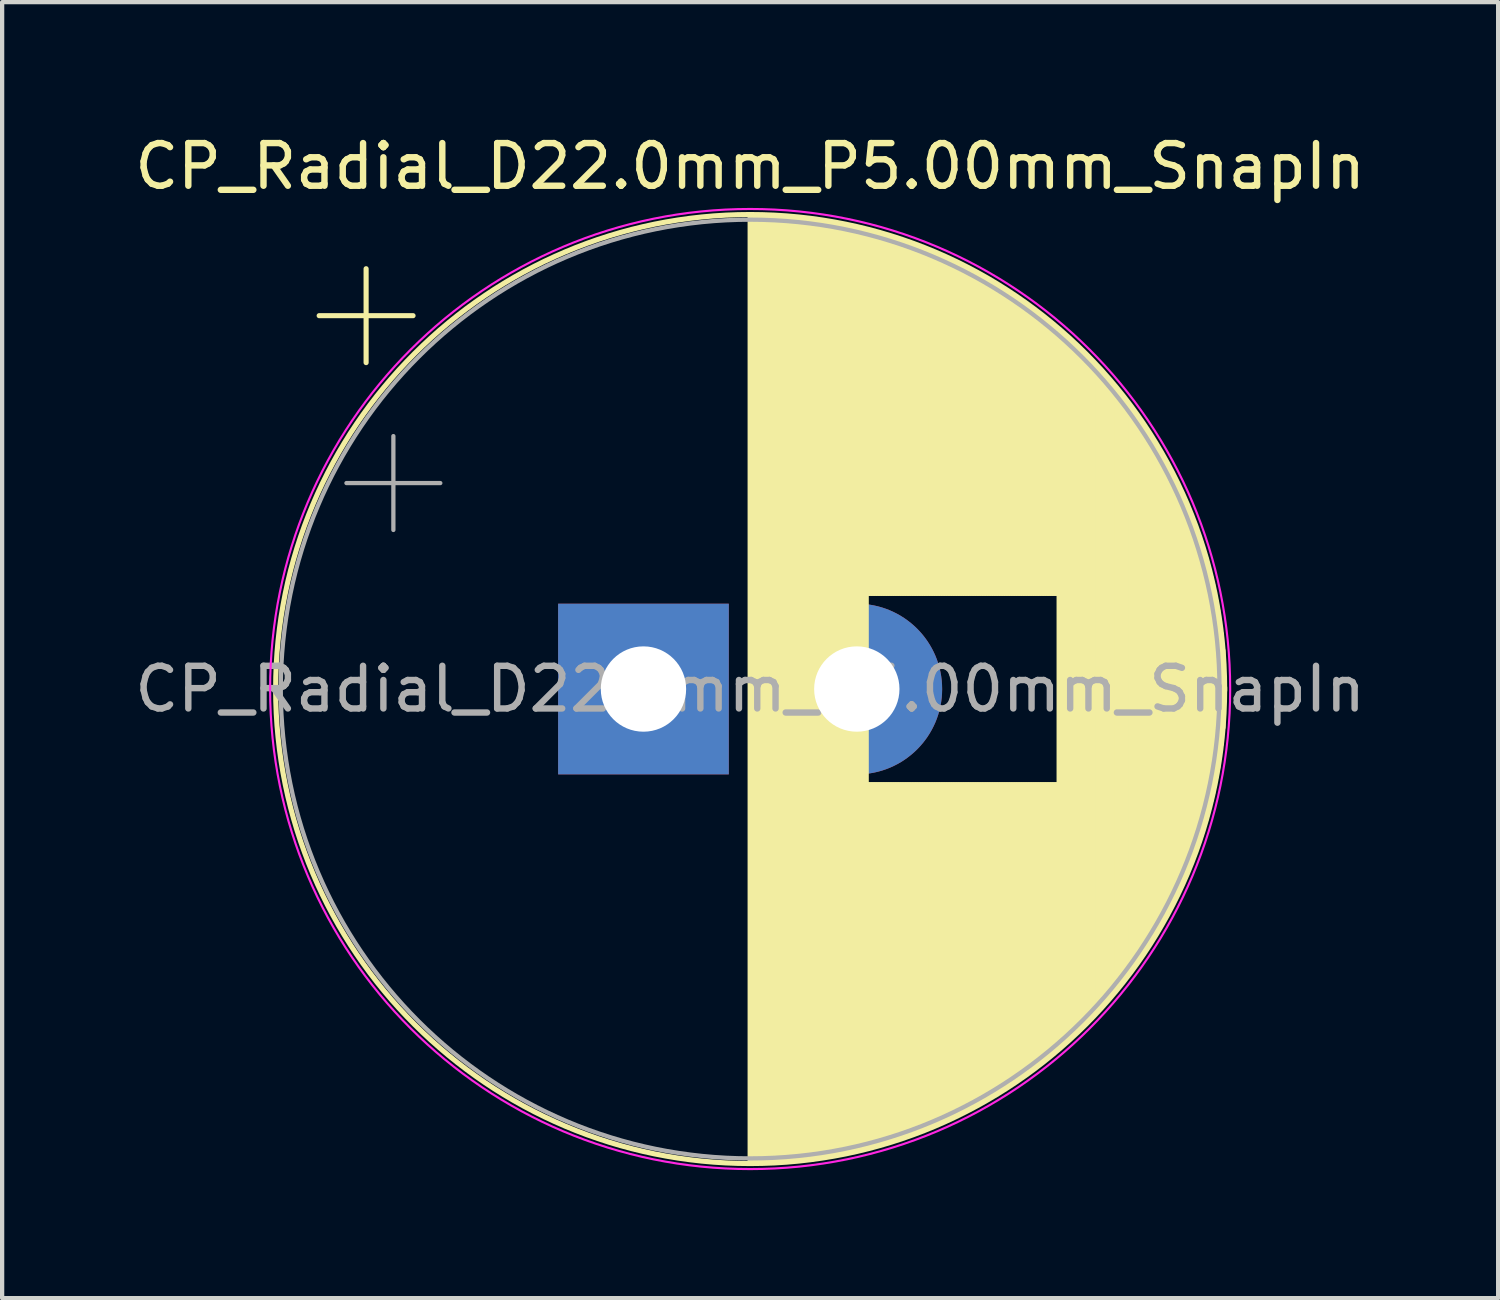
<source format=kicad_pcb>
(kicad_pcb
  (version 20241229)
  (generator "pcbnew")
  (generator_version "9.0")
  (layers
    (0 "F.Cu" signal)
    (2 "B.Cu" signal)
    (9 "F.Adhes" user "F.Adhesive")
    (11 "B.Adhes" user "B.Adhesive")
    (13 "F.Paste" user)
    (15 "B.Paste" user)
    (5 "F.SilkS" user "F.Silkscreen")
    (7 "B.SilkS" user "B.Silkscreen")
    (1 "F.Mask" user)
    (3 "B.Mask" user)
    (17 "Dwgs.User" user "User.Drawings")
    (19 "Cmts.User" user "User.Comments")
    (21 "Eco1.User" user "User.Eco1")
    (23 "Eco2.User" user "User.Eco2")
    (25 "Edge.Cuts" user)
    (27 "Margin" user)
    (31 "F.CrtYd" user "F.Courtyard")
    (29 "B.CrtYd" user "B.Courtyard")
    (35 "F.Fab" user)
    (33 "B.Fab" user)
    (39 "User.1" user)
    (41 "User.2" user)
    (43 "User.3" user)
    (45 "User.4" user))
  (footprint "CP_Radial_D22.0mm_P5.00mm_SnapIn"
    (layer "F.Cu")
    (at 9.53 13.098)
    (property "Reference" "CP_Radial_D22.0mm_P5.00mm_SnapIn" (at 5 -12.25 0) (layer "F.SilkS") (effects (font (size 1 1) (thickness 0.15))))
    (attr through_hole)
    (fp_line (start -5.1 -8.75) (end -2.9 -8.75) (stroke (width 0.12) (type solid)) (layer "F.SilkS"))
    (fp_line (start -4 -9.85) (end -4 -7.65) (stroke (width 0.12) (type solid)) (layer "F.SilkS"))
    (fp_line (start 5 -11.081) (end 5 11.081) (stroke (width 0.12) (type solid)) (layer "F.SilkS"))
    (fp_line (start 5.04 -11.08) (end 5.04 11.08) (stroke (width 0.12) (type solid)) (layer "F.SilkS"))
    (fp_line (start 5.08 -11.08) (end 5.08 11.08) (stroke (width 0.12) (type solid)) (layer "F.SilkS"))
    (fp_line (start 5.12 -11.08) (end 5.12 11.08) (stroke (width 0.12) (type solid)) (layer "F.SilkS"))
    (fp_line (start 5.16 -11.079) (end 5.16 11.079) (stroke (width 0.12) (type solid)) (layer "F.SilkS"))
    (fp_line (start 5.2 -11.079) (end 5.2 11.079) (stroke (width 0.12) (type solid)) (layer "F.SilkS"))
    (fp_line (start 5.24 -11.078) (end 5.24 11.078) (stroke (width 0.12) (type solid)) (layer "F.SilkS"))
    (fp_line (start 5.28 -11.077) (end 5.28 11.077) (stroke (width 0.12) (type solid)) (layer "F.SilkS"))
    (fp_line (start 5.32 -11.076) (end 5.32 11.076) (stroke (width 0.12) (type solid)) (layer "F.SilkS"))
    (fp_line (start 5.36 -11.075) (end 5.36 11.075) (stroke (width 0.12) (type solid)) (layer "F.SilkS"))
    (fp_line (start 5.4 -11.073) (end 5.4 11.073) (stroke (width 0.12) (type solid)) (layer "F.SilkS"))
    (fp_line (start 5.44 -11.072) (end 5.44 11.072) (stroke (width 0.12) (type solid)) (layer "F.SilkS"))
    (fp_line (start 5.48 -11.07) (end 5.48 11.07) (stroke (width 0.12) (type solid)) (layer "F.SilkS"))
    (fp_line (start 5.52 -11.068) (end 5.52 11.068) (stroke (width 0.12) (type solid)) (layer "F.SilkS"))
    (fp_line (start 5.56 -11.066) (end 5.56 11.066) (stroke (width 0.12) (type solid)) (layer "F.SilkS"))
    (fp_line (start 5.6 -11.064) (end 5.6 11.064) (stroke (width 0.12) (type solid)) (layer "F.SilkS"))
    (fp_line (start 5.64 -11.062) (end 5.64 11.062) (stroke (width 0.12) (type solid)) (layer "F.SilkS"))
    (fp_line (start 5.68 -11.06) (end 5.68 11.06) (stroke (width 0.12) (type solid)) (layer "F.SilkS"))
    (fp_line (start 5.721 -11.057) (end 5.721 11.057) (stroke (width 0.12) (type solid)) (layer "F.SilkS"))
    (fp_line (start 5.761 -11.054) (end 5.761 11.054) (stroke (width 0.12) (type solid)) (layer "F.SilkS"))
    (fp_line (start 5.801 -11.052) (end 5.801 11.052) (stroke (width 0.12) (type solid)) (layer "F.SilkS"))
    (fp_line (start 5.841 -11.049) (end 5.841 11.049) (stroke (width 0.12) (type solid)) (layer "F.SilkS"))
    (fp_line (start 5.881 -11.046) (end 5.881 11.046) (stroke (width 0.12) (type solid)) (layer "F.SilkS"))
    (fp_line (start 5.921 -11.042) (end 5.921 11.042) (stroke (width 0.12) (type solid)) (layer "F.SilkS"))
    (fp_line (start 5.961 -11.039) (end 5.961 11.039) (stroke (width 0.12) (type solid)) (layer "F.SilkS"))
    (fp_line (start 6.001 -11.035) (end 6.001 11.035) (stroke (width 0.12) (type solid)) (layer "F.SilkS"))
    (fp_line (start 6.041 -11.032) (end 6.041 11.032) (stroke (width 0.12) (type solid)) (layer "F.SilkS"))
    (fp_line (start 6.081 -11.028) (end 6.081 11.028) (stroke (width 0.12) (type solid)) (layer "F.SilkS"))
    (fp_line (start 6.121 -11.024) (end 6.121 11.024) (stroke (width 0.12) (type solid)) (layer "F.SilkS"))
    (fp_line (start 6.161 -11.02) (end 6.161 11.02) (stroke (width 0.12) (type solid)) (layer "F.SilkS"))
    (fp_line (start 6.201 -11.016) (end 6.201 11.016) (stroke (width 0.12) (type solid)) (layer "F.SilkS"))
    (fp_line (start 6.241 -11.011) (end 6.241 11.011) (stroke (width 0.12) (type solid)) (layer "F.SilkS"))
    (fp_line (start 6.281 -11.007) (end 6.281 11.007) (stroke (width 0.12) (type solid)) (layer "F.SilkS"))
    (fp_line (start 6.321 -11.002) (end 6.321 11.002) (stroke (width 0.12) (type solid)) (layer "F.SilkS"))
    (fp_line (start 6.361 -10.997) (end 6.361 10.997) (stroke (width 0.12) (type solid)) (layer "F.SilkS"))
    (fp_line (start 6.401 -10.992) (end 6.401 10.992) (stroke (width 0.12) (type solid)) (layer "F.SilkS"))
    (fp_line (start 6.441 -10.987) (end 6.441 10.987) (stroke (width 0.12) (type solid)) (layer "F.SilkS"))
    (fp_line (start 6.481 -10.982) (end 6.481 10.982) (stroke (width 0.12) (type solid)) (layer "F.SilkS"))
    (fp_line (start 6.521 -10.976) (end 6.521 10.976) (stroke (width 0.12) (type solid)) (layer "F.SilkS"))
    (fp_line (start 6.561 -10.971) (end 6.561 10.971) (stroke (width 0.12) (type solid)) (layer "F.SilkS"))
    (fp_line (start 6.601 -10.965) (end 6.601 10.965) (stroke (width 0.12) (type solid)) (layer "F.SilkS"))
    (fp_line (start 6.641 -10.959) (end 6.641 10.959) (stroke (width 0.12) (type solid)) (layer "F.SilkS"))
    (fp_line (start 6.681 -10.953) (end 6.681 10.953) (stroke (width 0.12) (type solid)) (layer "F.SilkS"))
    (fp_line (start 6.721 -10.947) (end 6.721 10.947) (stroke (width 0.12) (type solid)) (layer "F.SilkS"))
    (fp_line (start 6.761 -10.94) (end 6.761 10.94) (stroke (width 0.12) (type solid)) (layer "F.SilkS"))
    (fp_line (start 6.801 -10.934) (end 6.801 10.934) (stroke (width 0.12) (type solid)) (layer "F.SilkS"))
    (fp_line (start 6.841 -10.927) (end 6.841 10.927) (stroke (width 0.12) (type solid)) (layer "F.SilkS"))
    (fp_line (start 6.881 -10.92) (end 6.881 10.92) (stroke (width 0.12) (type solid)) (layer "F.SilkS"))
    (fp_line (start 6.921 -10.913) (end 6.921 10.913) (stroke (width 0.12) (type solid)) (layer "F.SilkS"))
    (fp_line (start 6.961 -10.906) (end 6.961 10.906) (stroke (width 0.12) (type solid)) (layer "F.SilkS"))
    (fp_line (start 7.001 -10.899) (end 7.001 10.899) (stroke (width 0.12) (type solid)) (layer "F.SilkS"))
    (fp_line (start 7.041 -10.892) (end 7.041 10.892) (stroke (width 0.12) (type solid)) (layer "F.SilkS"))
    (fp_line (start 7.081 -10.884) (end 7.081 10.884) (stroke (width 0.12) (type solid)) (layer "F.SilkS"))
    (fp_line (start 7.121 -10.877) (end 7.121 10.877) (stroke (width 0.12) (type solid)) (layer "F.SilkS"))
    (fp_line (start 7.161 -10.869) (end 7.161 10.869) (stroke (width 0.12) (type solid)) (layer "F.SilkS"))
    (fp_line (start 7.201 -10.861) (end 7.201 10.861) (stroke (width 0.12) (type solid)) (layer "F.SilkS"))
    (fp_line (start 7.241 -10.853) (end 7.241 10.853) (stroke (width 0.12) (type solid)) (layer "F.SilkS"))
    (fp_line (start 7.281 -10.844) (end 7.281 10.844) (stroke (width 0.12) (type solid)) (layer "F.SilkS"))
    (fp_line (start 7.321 -10.836) (end 7.321 10.836) (stroke (width 0.12) (type solid)) (layer "F.SilkS"))
    (fp_line (start 7.361 -10.827) (end 7.361 10.827) (stroke (width 0.12) (type solid)) (layer "F.SilkS"))
    (fp_line (start 7.401 -10.818) (end 7.401 10.818) (stroke (width 0.12) (type solid)) (layer "F.SilkS"))
    (fp_line (start 7.441 -10.809) (end 7.441 10.809) (stroke (width 0.12) (type solid)) (layer "F.SilkS"))
    (fp_line (start 7.481 -10.8) (end 7.481 10.8) (stroke (width 0.12) (type solid)) (layer "F.SilkS"))
    (fp_line (start 7.521 -10.791) (end 7.521 10.791) (stroke (width 0.12) (type solid)) (layer "F.SilkS"))
    (fp_line (start 7.561 -10.782) (end 7.561 10.782) (stroke (width 0.12) (type solid)) (layer "F.SilkS"))
    (fp_line (start 7.601 -10.772) (end 7.601 10.772) (stroke (width 0.12) (type solid)) (layer "F.SilkS"))
    (fp_line (start 7.641 -10.763) (end 7.641 10.763) (stroke (width 0.12) (type solid)) (layer "F.SilkS"))
    (fp_line (start 7.681 -10.753) (end 7.681 10.753) (stroke (width 0.12) (type solid)) (layer "F.SilkS"))
    (fp_line (start 7.721 -10.743) (end 7.721 10.743) (stroke (width 0.12) (type solid)) (layer "F.SilkS"))
    (fp_line (start 7.761 -10.733) (end 7.761 -2.24) (stroke (width 0.12) (type solid)) (layer "F.SilkS"))
    (fp_line (start 7.761 2.24) (end 7.761 10.733) (stroke (width 0.12) (type solid)) (layer "F.SilkS"))
    (fp_line (start 7.801 -10.722) (end 7.801 -2.24) (stroke (width 0.12) (type solid)) (layer "F.SilkS"))
    (fp_line (start 7.801 2.24) (end 7.801 10.722) (stroke (width 0.12) (type solid)) (layer "F.SilkS"))
    (fp_line (start 7.841 -10.712) (end 7.841 -2.24) (stroke (width 0.12) (type solid)) (layer "F.SilkS"))
    (fp_line (start 7.841 2.24) (end 7.841 10.712) (stroke (width 0.12) (type solid)) (layer "F.SilkS"))
    (fp_line (start 7.881 -10.701) (end 7.881 -2.24) (stroke (width 0.12) (type solid)) (layer "F.SilkS"))
    (fp_line (start 7.881 2.24) (end 7.881 10.701) (stroke (width 0.12) (type solid)) (layer "F.SilkS"))
    (fp_line (start 7.921 -10.69) (end 7.921 -2.24) (stroke (width 0.12) (type solid)) (layer "F.SilkS"))
    (fp_line (start 7.921 2.24) (end 7.921 10.69) (stroke (width 0.12) (type solid)) (layer "F.SilkS"))
    (fp_line (start 7.961 -10.679) (end 7.961 -2.24) (stroke (width 0.12) (type solid)) (layer "F.SilkS"))
    (fp_line (start 7.961 2.24) (end 7.961 10.679) (stroke (width 0.12) (type solid)) (layer "F.SilkS"))
    (fp_line (start 8.001 -10.668) (end 8.001 -2.24) (stroke (width 0.12) (type solid)) (layer "F.SilkS"))
    (fp_line (start 8.001 2.24) (end 8.001 10.668) (stroke (width 0.12) (type solid)) (layer "F.SilkS"))
    (fp_line (start 8.041 -10.657) (end 8.041 -2.24) (stroke (width 0.12) (type solid)) (layer "F.SilkS"))
    (fp_line (start 8.041 2.24) (end 8.041 10.657) (stroke (width 0.12) (type solid)) (layer "F.SilkS"))
    (fp_line (start 8.081 -10.645) (end 8.081 -2.24) (stroke (width 0.12) (type solid)) (layer "F.SilkS"))
    (fp_line (start 8.081 2.24) (end 8.081 10.645) (stroke (width 0.12) (type solid)) (layer "F.SilkS"))
    (fp_line (start 8.121 -10.634) (end 8.121 -2.24) (stroke (width 0.12) (type solid)) (layer "F.SilkS"))
    (fp_line (start 8.121 2.24) (end 8.121 10.634) (stroke (width 0.12) (type solid)) (layer "F.SilkS"))
    (fp_line (start 8.161 -10.622) (end 8.161 -2.24) (stroke (width 0.12) (type solid)) (layer "F.SilkS"))
    (fp_line (start 8.161 2.24) (end 8.161 10.622) (stroke (width 0.12) (type solid)) (layer "F.SilkS"))
    (fp_line (start 8.201 -10.61) (end 8.201 -2.24) (stroke (width 0.12) (type solid)) (layer "F.SilkS"))
    (fp_line (start 8.201 2.24) (end 8.201 10.61) (stroke (width 0.12) (type solid)) (layer "F.SilkS"))
    (fp_line (start 8.241 -10.598) (end 8.241 -2.24) (stroke (width 0.12) (type solid)) (layer "F.SilkS"))
    (fp_line (start 8.241 2.24) (end 8.241 10.598) (stroke (width 0.12) (type solid)) (layer "F.SilkS"))
    (fp_line (start 8.281 -10.586) (end 8.281 -2.24) (stroke (width 0.12) (type solid)) (layer "F.SilkS"))
    (fp_line (start 8.281 2.24) (end 8.281 10.586) (stroke (width 0.12) (type solid)) (layer "F.SilkS"))
    (fp_line (start 8.321 -10.573) (end 8.321 -2.24) (stroke (width 0.12) (type solid)) (layer "F.SilkS"))
    (fp_line (start 8.321 2.24) (end 8.321 10.573) (stroke (width 0.12) (type solid)) (layer "F.SilkS"))
    (fp_line (start 8.361 -10.561) (end 8.361 -2.24) (stroke (width 0.12) (type solid)) (layer "F.SilkS"))
    (fp_line (start 8.361 2.24) (end 8.361 10.561) (stroke (width 0.12) (type solid)) (layer "F.SilkS"))
    (fp_line (start 8.401 -10.548) (end 8.401 -2.24) (stroke (width 0.12) (type solid)) (layer "F.SilkS"))
    (fp_line (start 8.401 2.24) (end 8.401 10.548) (stroke (width 0.12) (type solid)) (layer "F.SilkS"))
    (fp_line (start 8.441 -10.535) (end 8.441 -2.24) (stroke (width 0.12) (type solid)) (layer "F.SilkS"))
    (fp_line (start 8.441 2.24) (end 8.441 10.535) (stroke (width 0.12) (type solid)) (layer "F.SilkS"))
    (fp_line (start 8.481 -10.522) (end 8.481 -2.24) (stroke (width 0.12) (type solid)) (layer "F.SilkS"))
    (fp_line (start 8.481 2.24) (end 8.481 10.522) (stroke (width 0.12) (type solid)) (layer "F.SilkS"))
    (fp_line (start 8.521 -10.509) (end 8.521 -2.24) (stroke (width 0.12) (type solid)) (layer "F.SilkS"))
    (fp_line (start 8.521 2.24) (end 8.521 10.509) (stroke (width 0.12) (type solid)) (layer "F.SilkS"))
    (fp_line (start 8.561 -10.495) (end 8.561 -2.24) (stroke (width 0.12) (type solid)) (layer "F.SilkS"))
    (fp_line (start 8.561 2.24) (end 8.561 10.495) (stroke (width 0.12) (type solid)) (layer "F.SilkS"))
    (fp_line (start 8.601 -10.482) (end 8.601 -2.24) (stroke (width 0.12) (type solid)) (layer "F.SilkS"))
    (fp_line (start 8.601 2.24) (end 8.601 10.482) (stroke (width 0.12) (type solid)) (layer "F.SilkS"))
    (fp_line (start 8.641 -10.468) (end 8.641 -2.24) (stroke (width 0.12) (type solid)) (layer "F.SilkS"))
    (fp_line (start 8.641 2.24) (end 8.641 10.468) (stroke (width 0.12) (type solid)) (layer "F.SilkS"))
    (fp_line (start 8.681 -10.454) (end 8.681 -2.24) (stroke (width 0.12) (type solid)) (layer "F.SilkS"))
    (fp_line (start 8.681 2.24) (end 8.681 10.454) (stroke (width 0.12) (type solid)) (layer "F.SilkS"))
    (fp_line (start 8.721 -10.44) (end 8.721 -2.24) (stroke (width 0.12) (type solid)) (layer "F.SilkS"))
    (fp_line (start 8.721 2.24) (end 8.721 10.44) (stroke (width 0.12) (type solid)) (layer "F.SilkS"))
    (fp_line (start 8.761 -10.426) (end 8.761 -2.24) (stroke (width 0.12) (type solid)) (layer "F.SilkS"))
    (fp_line (start 8.761 2.24) (end 8.761 10.426) (stroke (width 0.12) (type solid)) (layer "F.SilkS"))
    (fp_line (start 8.801 -10.411) (end 8.801 -2.24) (stroke (width 0.12) (type solid)) (layer "F.SilkS"))
    (fp_line (start 8.801 2.24) (end 8.801 10.411) (stroke (width 0.12) (type solid)) (layer "F.SilkS"))
    (fp_line (start 8.841 -10.396) (end 8.841 -2.24) (stroke (width 0.12) (type solid)) (layer "F.SilkS"))
    (fp_line (start 8.841 2.24) (end 8.841 10.396) (stroke (width 0.12) (type solid)) (layer "F.SilkS"))
    (fp_line (start 8.881 -10.382) (end 8.881 -2.24) (stroke (width 0.12) (type solid)) (layer "F.SilkS"))
    (fp_line (start 8.881 2.24) (end 8.881 10.382) (stroke (width 0.12) (type solid)) (layer "F.SilkS"))
    (fp_line (start 8.921 -10.367) (end 8.921 -2.24) (stroke (width 0.12) (type solid)) (layer "F.SilkS"))
    (fp_line (start 8.921 2.24) (end 8.921 10.367) (stroke (width 0.12) (type solid)) (layer "F.SilkS"))
    (fp_line (start 8.961 -10.351) (end 8.961 -2.24) (stroke (width 0.12) (type solid)) (layer "F.SilkS"))
    (fp_line (start 8.961 2.24) (end 8.961 10.351) (stroke (width 0.12) (type solid)) (layer "F.SilkS"))
    (fp_line (start 9.001 -10.336) (end 9.001 -2.24) (stroke (width 0.12) (type solid)) (layer "F.SilkS"))
    (fp_line (start 9.001 2.24) (end 9.001 10.336) (stroke (width 0.12) (type solid)) (layer "F.SilkS"))
    (fp_line (start 9.041 -10.321) (end 9.041 -2.24) (stroke (width 0.12) (type solid)) (layer "F.SilkS"))
    (fp_line (start 9.041 2.24) (end 9.041 10.321) (stroke (width 0.12) (type solid)) (layer "F.SilkS"))
    (fp_line (start 9.081 -10.305) (end 9.081 -2.24) (stroke (width 0.12) (type solid)) (layer "F.SilkS"))
    (fp_line (start 9.081 2.24) (end 9.081 10.305) (stroke (width 0.12) (type solid)) (layer "F.SilkS"))
    (fp_line (start 9.121 -10.289) (end 9.121 -2.24) (stroke (width 0.12) (type solid)) (layer "F.SilkS"))
    (fp_line (start 9.121 2.24) (end 9.121 10.289) (stroke (width 0.12) (type solid)) (layer "F.SilkS"))
    (fp_line (start 9.161 -10.273) (end 9.161 -2.24) (stroke (width 0.12) (type solid)) (layer "F.SilkS"))
    (fp_line (start 9.161 2.24) (end 9.161 10.273) (stroke (width 0.12) (type solid)) (layer "F.SilkS"))
    (fp_line (start 9.201 -10.257) (end 9.201 -2.24) (stroke (width 0.12) (type solid)) (layer "F.SilkS"))
    (fp_line (start 9.201 2.24) (end 9.201 10.257) (stroke (width 0.12) (type solid)) (layer "F.SilkS"))
    (fp_line (start 9.241 -10.24) (end 9.241 -2.24) (stroke (width 0.12) (type solid)) (layer "F.SilkS"))
    (fp_line (start 9.241 2.24) (end 9.241 10.24) (stroke (width 0.12) (type solid)) (layer "F.SilkS"))
    (fp_line (start 9.281 -10.224) (end 9.281 -2.24) (stroke (width 0.12) (type solid)) (layer "F.SilkS"))
    (fp_line (start 9.281 2.24) (end 9.281 10.224) (stroke (width 0.12) (type solid)) (layer "F.SilkS"))
    (fp_line (start 9.321 -10.207) (end 9.321 -2.24) (stroke (width 0.12) (type solid)) (layer "F.SilkS"))
    (fp_line (start 9.321 2.24) (end 9.321 10.207) (stroke (width 0.12) (type solid)) (layer "F.SilkS"))
    (fp_line (start 9.361 -10.19) (end 9.361 -2.24) (stroke (width 0.12) (type solid)) (layer "F.SilkS"))
    (fp_line (start 9.361 2.24) (end 9.361 10.19) (stroke (width 0.12) (type solid)) (layer "F.SilkS"))
    (fp_line (start 9.401 -10.173) (end 9.401 -2.24) (stroke (width 0.12) (type solid)) (layer "F.SilkS"))
    (fp_line (start 9.401 2.24) (end 9.401 10.173) (stroke (width 0.12) (type solid)) (layer "F.SilkS"))
    (fp_line (start 9.441 -10.156) (end 9.441 -2.24) (stroke (width 0.12) (type solid)) (layer "F.SilkS"))
    (fp_line (start 9.441 2.24) (end 9.441 10.156) (stroke (width 0.12) (type solid)) (layer "F.SilkS"))
    (fp_line (start 9.481 -10.138) (end 9.481 -2.24) (stroke (width 0.12) (type solid)) (layer "F.SilkS"))
    (fp_line (start 9.481 2.24) (end 9.481 10.138) (stroke (width 0.12) (type solid)) (layer "F.SilkS"))
    (fp_line (start 9.521 -10.12) (end 9.521 -2.24) (stroke (width 0.12) (type solid)) (layer "F.SilkS"))
    (fp_line (start 9.521 2.24) (end 9.521 10.12) (stroke (width 0.12) (type solid)) (layer "F.SilkS"))
    (fp_line (start 9.561 -10.103) (end 9.561 -2.24) (stroke (width 0.12) (type solid)) (layer "F.SilkS"))
    (fp_line (start 9.561 2.24) (end 9.561 10.103) (stroke (width 0.12) (type solid)) (layer "F.SilkS"))
    (fp_line (start 9.601 -10.084) (end 9.601 -2.24) (stroke (width 0.12) (type solid)) (layer "F.SilkS"))
    (fp_line (start 9.601 2.24) (end 9.601 10.084) (stroke (width 0.12) (type solid)) (layer "F.SilkS"))
    (fp_line (start 9.641 -10.066) (end 9.641 -2.24) (stroke (width 0.12) (type solid)) (layer "F.SilkS"))
    (fp_line (start 9.641 2.24) (end 9.641 10.066) (stroke (width 0.12) (type solid)) (layer "F.SilkS"))
    (fp_line (start 9.681 -10.048) (end 9.681 -2.24) (stroke (width 0.12) (type solid)) (layer "F.SilkS"))
    (fp_line (start 9.681 2.24) (end 9.681 10.048) (stroke (width 0.12) (type solid)) (layer "F.SilkS"))
    (fp_line (start 9.721 -10.029) (end 9.721 -2.24) (stroke (width 0.12) (type solid)) (layer "F.SilkS"))
    (fp_line (start 9.721 2.24) (end 9.721 10.029) (stroke (width 0.12) (type solid)) (layer "F.SilkS"))
    (fp_line (start 9.761 -10.01) (end 9.761 -2.24) (stroke (width 0.12) (type solid)) (layer "F.SilkS"))
    (fp_line (start 9.761 2.24) (end 9.761 10.01) (stroke (width 0.12) (type solid)) (layer "F.SilkS"))
    (fp_line (start 9.801 -9.991) (end 9.801 -2.24) (stroke (width 0.12) (type solid)) (layer "F.SilkS"))
    (fp_line (start 9.801 2.24) (end 9.801 9.991) (stroke (width 0.12) (type solid)) (layer "F.SilkS"))
    (fp_line (start 9.841 -9.972) (end 9.841 -2.24) (stroke (width 0.12) (type solid)) (layer "F.SilkS"))
    (fp_line (start 9.841 2.24) (end 9.841 9.972) (stroke (width 0.12) (type solid)) (layer "F.SilkS"))
    (fp_line (start 9.881 -9.952) (end 9.881 -2.24) (stroke (width 0.12) (type solid)) (layer "F.SilkS"))
    (fp_line (start 9.881 2.24) (end 9.881 9.952) (stroke (width 0.12) (type solid)) (layer "F.SilkS"))
    (fp_line (start 9.921 -9.933) (end 9.921 -2.24) (stroke (width 0.12) (type solid)) (layer "F.SilkS"))
    (fp_line (start 9.921 2.24) (end 9.921 9.933) (stroke (width 0.12) (type solid)) (layer "F.SilkS"))
    (fp_line (start 9.961 -9.913) (end 9.961 -2.24) (stroke (width 0.12) (type solid)) (layer "F.SilkS"))
    (fp_line (start 9.961 2.24) (end 9.961 9.913) (stroke (width 0.12) (type solid)) (layer "F.SilkS"))
    (fp_line (start 10.001 -9.893) (end 10.001 -2.24) (stroke (width 0.12) (type solid)) (layer "F.SilkS"))
    (fp_line (start 10.001 2.24) (end 10.001 9.893) (stroke (width 0.12) (type solid)) (layer "F.SilkS"))
    (fp_line (start 10.041 -9.873) (end 10.041 -2.24) (stroke (width 0.12) (type solid)) (layer "F.SilkS"))
    (fp_line (start 10.041 2.24) (end 10.041 9.873) (stroke (width 0.12) (type solid)) (layer "F.SilkS"))
    (fp_line (start 10.081 -9.852) (end 10.081 -2.24) (stroke (width 0.12) (type solid)) (layer "F.SilkS"))
    (fp_line (start 10.081 2.24) (end 10.081 9.852) (stroke (width 0.12) (type solid)) (layer "F.SilkS"))
    (fp_line (start 10.121 -9.832) (end 10.121 -2.24) (stroke (width 0.12) (type solid)) (layer "F.SilkS"))
    (fp_line (start 10.121 2.24) (end 10.121 9.832) (stroke (width 0.12) (type solid)) (layer "F.SilkS"))
    (fp_line (start 10.161 -9.811) (end 10.161 -2.24) (stroke (width 0.12) (type solid)) (layer "F.SilkS"))
    (fp_line (start 10.161 2.24) (end 10.161 9.811) (stroke (width 0.12) (type solid)) (layer "F.SilkS"))
    (fp_line (start 10.201 -9.79) (end 10.201 -2.24) (stroke (width 0.12) (type solid)) (layer "F.SilkS"))
    (fp_line (start 10.201 2.24) (end 10.201 9.79) (stroke (width 0.12) (type solid)) (layer "F.SilkS"))
    (fp_line (start 10.241 -9.768) (end 10.241 -2.24) (stroke (width 0.12) (type solid)) (layer "F.SilkS"))
    (fp_line (start 10.241 2.24) (end 10.241 9.768) (stroke (width 0.12) (type solid)) (layer "F.SilkS"))
    (fp_line (start 10.281 -9.747) (end 10.281 -2.24) (stroke (width 0.12) (type solid)) (layer "F.SilkS"))
    (fp_line (start 10.281 2.24) (end 10.281 9.747) (stroke (width 0.12) (type solid)) (layer "F.SilkS"))
    (fp_line (start 10.321 -9.725) (end 10.321 -2.24) (stroke (width 0.12) (type solid)) (layer "F.SilkS"))
    (fp_line (start 10.321 2.24) (end 10.321 9.725) (stroke (width 0.12) (type solid)) (layer "F.SilkS"))
    (fp_line (start 10.361 -9.703) (end 10.361 -2.24) (stroke (width 0.12) (type solid)) (layer "F.SilkS"))
    (fp_line (start 10.361 2.24) (end 10.361 9.703) (stroke (width 0.12) (type solid)) (layer "F.SilkS"))
    (fp_line (start 10.401 -9.681) (end 10.401 -2.24) (stroke (width 0.12) (type solid)) (layer "F.SilkS"))
    (fp_line (start 10.401 2.24) (end 10.401 9.681) (stroke (width 0.12) (type solid)) (layer "F.SilkS"))
    (fp_line (start 10.441 -9.659) (end 10.441 -2.24) (stroke (width 0.12) (type solid)) (layer "F.SilkS"))
    (fp_line (start 10.441 2.24) (end 10.441 9.659) (stroke (width 0.12) (type solid)) (layer "F.SilkS"))
    (fp_line (start 10.481 -9.636) (end 10.481 -2.24) (stroke (width 0.12) (type solid)) (layer "F.SilkS"))
    (fp_line (start 10.481 2.24) (end 10.481 9.636) (stroke (width 0.12) (type solid)) (layer "F.SilkS"))
    (fp_line (start 10.521 -9.614) (end 10.521 -2.24) (stroke (width 0.12) (type solid)) (layer "F.SilkS"))
    (fp_line (start 10.521 2.24) (end 10.521 9.614) (stroke (width 0.12) (type solid)) (layer "F.SilkS"))
    (fp_line (start 10.561 -9.591) (end 10.561 -2.24) (stroke (width 0.12) (type solid)) (layer "F.SilkS"))
    (fp_line (start 10.561 2.24) (end 10.561 9.591) (stroke (width 0.12) (type solid)) (layer "F.SilkS"))
    (fp_line (start 10.601 -9.567) (end 10.601 -2.24) (stroke (width 0.12) (type solid)) (layer "F.SilkS"))
    (fp_line (start 10.601 2.24) (end 10.601 9.567) (stroke (width 0.12) (type solid)) (layer "F.SilkS"))
    (fp_line (start 10.641 -9.544) (end 10.641 -2.24) (stroke (width 0.12) (type solid)) (layer "F.SilkS"))
    (fp_line (start 10.641 2.24) (end 10.641 9.544) (stroke (width 0.12) (type solid)) (layer "F.SilkS"))
    (fp_line (start 10.681 -9.52) (end 10.681 -2.24) (stroke (width 0.12) (type solid)) (layer "F.SilkS"))
    (fp_line (start 10.681 2.24) (end 10.681 9.52) (stroke (width 0.12) (type solid)) (layer "F.SilkS"))
    (fp_line (start 10.721 -9.497) (end 10.721 -2.24) (stroke (width 0.12) (type solid)) (layer "F.SilkS"))
    (fp_line (start 10.721 2.24) (end 10.721 9.497) (stroke (width 0.12) (type solid)) (layer "F.SilkS"))
    (fp_line (start 10.761 -9.472) (end 10.761 -2.24) (stroke (width 0.12) (type solid)) (layer "F.SilkS"))
    (fp_line (start 10.761 2.24) (end 10.761 9.472) (stroke (width 0.12) (type solid)) (layer "F.SilkS"))
    (fp_line (start 10.801 -9.448) (end 10.801 -2.24) (stroke (width 0.12) (type solid)) (layer "F.SilkS"))
    (fp_line (start 10.801 2.24) (end 10.801 9.448) (stroke (width 0.12) (type solid)) (layer "F.SilkS"))
    (fp_line (start 10.841 -9.424) (end 10.841 -2.24) (stroke (width 0.12) (type solid)) (layer "F.SilkS"))
    (fp_line (start 10.841 2.24) (end 10.841 9.424) (stroke (width 0.12) (type solid)) (layer "F.SilkS"))
    (fp_line (start 10.881 -9.399) (end 10.881 -2.24) (stroke (width 0.12) (type solid)) (layer "F.SilkS"))
    (fp_line (start 10.881 2.24) (end 10.881 9.399) (stroke (width 0.12) (type solid)) (layer "F.SilkS"))
    (fp_line (start 10.921 -9.374) (end 10.921 -2.24) (stroke (width 0.12) (type solid)) (layer "F.SilkS"))
    (fp_line (start 10.921 2.24) (end 10.921 9.374) (stroke (width 0.12) (type solid)) (layer "F.SilkS"))
    (fp_line (start 10.961 -9.348) (end 10.961 -2.24) (stroke (width 0.12) (type solid)) (layer "F.SilkS"))
    (fp_line (start 10.961 2.24) (end 10.961 9.348) (stroke (width 0.12) (type solid)) (layer "F.SilkS"))
    (fp_line (start 11.001 -9.323) (end 11.001 -2.24) (stroke (width 0.12) (type solid)) (layer "F.SilkS"))
    (fp_line (start 11.001 2.24) (end 11.001 9.323) (stroke (width 0.12) (type solid)) (layer "F.SilkS"))
    (fp_line (start 11.041 -9.297) (end 11.041 -2.24) (stroke (width 0.12) (type solid)) (layer "F.SilkS"))
    (fp_line (start 11.041 2.24) (end 11.041 9.297) (stroke (width 0.12) (type solid)) (layer "F.SilkS"))
    (fp_line (start 11.081 -9.271) (end 11.081 -2.24) (stroke (width 0.12) (type solid)) (layer "F.SilkS"))
    (fp_line (start 11.081 2.24) (end 11.081 9.271) (stroke (width 0.12) (type solid)) (layer "F.SilkS"))
    (fp_line (start 11.121 -9.245) (end 11.121 -2.24) (stroke (width 0.12) (type solid)) (layer "F.SilkS"))
    (fp_line (start 11.121 2.24) (end 11.121 9.245) (stroke (width 0.12) (type solid)) (layer "F.SilkS"))
    (fp_line (start 11.161 -9.218) (end 11.161 -2.24) (stroke (width 0.12) (type solid)) (layer "F.SilkS"))
    (fp_line (start 11.161 2.24) (end 11.161 9.218) (stroke (width 0.12) (type solid)) (layer "F.SilkS"))
    (fp_line (start 11.201 -9.192) (end 11.201 -2.24) (stroke (width 0.12) (type solid)) (layer "F.SilkS"))
    (fp_line (start 11.201 2.24) (end 11.201 9.192) (stroke (width 0.12) (type solid)) (layer "F.SilkS"))
    (fp_line (start 11.241 -9.165) (end 11.241 -2.24) (stroke (width 0.12) (type solid)) (layer "F.SilkS"))
    (fp_line (start 11.241 2.24) (end 11.241 9.165) (stroke (width 0.12) (type solid)) (layer "F.SilkS"))
    (fp_line (start 11.281 -9.137) (end 11.281 -2.24) (stroke (width 0.12) (type solid)) (layer "F.SilkS"))
    (fp_line (start 11.281 2.24) (end 11.281 9.137) (stroke (width 0.12) (type solid)) (layer "F.SilkS"))
    (fp_line (start 11.321 -9.11) (end 11.321 -2.24) (stroke (width 0.12) (type solid)) (layer "F.SilkS"))
    (fp_line (start 11.321 2.24) (end 11.321 9.11) (stroke (width 0.12) (type solid)) (layer "F.SilkS"))
    (fp_line (start 11.361 -9.082) (end 11.361 -2.24) (stroke (width 0.12) (type solid)) (layer "F.SilkS"))
    (fp_line (start 11.361 2.24) (end 11.361 9.082) (stroke (width 0.12) (type solid)) (layer "F.SilkS"))
    (fp_line (start 11.401 -9.054) (end 11.401 -2.24) (stroke (width 0.12) (type solid)) (layer "F.SilkS"))
    (fp_line (start 11.401 2.24) (end 11.401 9.054) (stroke (width 0.12) (type solid)) (layer "F.SilkS"))
    (fp_line (start 11.441 -9.026) (end 11.441 -2.24) (stroke (width 0.12) (type solid)) (layer "F.SilkS"))
    (fp_line (start 11.441 2.24) (end 11.441 9.026) (stroke (width 0.12) (type solid)) (layer "F.SilkS"))
    (fp_line (start 11.481 -8.997) (end 11.481 -2.24) (stroke (width 0.12) (type solid)) (layer "F.SilkS"))
    (fp_line (start 11.481 2.24) (end 11.481 8.997) (stroke (width 0.12) (type solid)) (layer "F.SilkS"))
    (fp_line (start 11.521 -8.968) (end 11.521 -2.24) (stroke (width 0.12) (type solid)) (layer "F.SilkS"))
    (fp_line (start 11.521 2.24) (end 11.521 8.968) (stroke (width 0.12) (type solid)) (layer "F.SilkS"))
    (fp_line (start 11.561 -8.939) (end 11.561 -2.24) (stroke (width 0.12) (type solid)) (layer "F.SilkS"))
    (fp_line (start 11.561 2.24) (end 11.561 8.939) (stroke (width 0.12) (type solid)) (layer "F.SilkS"))
    (fp_line (start 11.601 -8.91) (end 11.601 -2.24) (stroke (width 0.12) (type solid)) (layer "F.SilkS"))
    (fp_line (start 11.601 2.24) (end 11.601 8.91) (stroke (width 0.12) (type solid)) (layer "F.SilkS"))
    (fp_line (start 11.641 -8.88) (end 11.641 -2.24) (stroke (width 0.12) (type solid)) (layer "F.SilkS"))
    (fp_line (start 11.641 2.24) (end 11.641 8.88) (stroke (width 0.12) (type solid)) (layer "F.SilkS"))
    (fp_line (start 11.681 -8.85) (end 11.681 -2.24) (stroke (width 0.12) (type solid)) (layer "F.SilkS"))
    (fp_line (start 11.681 2.24) (end 11.681 8.85) (stroke (width 0.12) (type solid)) (layer "F.SilkS"))
    (fp_line (start 11.721 -8.82) (end 11.721 -2.24) (stroke (width 0.12) (type solid)) (layer "F.SilkS"))
    (fp_line (start 11.721 2.24) (end 11.721 8.82) (stroke (width 0.12) (type solid)) (layer "F.SilkS"))
    (fp_line (start 11.761 -8.79) (end 11.761 -2.24) (stroke (width 0.12) (type solid)) (layer "F.SilkS"))
    (fp_line (start 11.761 2.24) (end 11.761 8.79) (stroke (width 0.12) (type solid)) (layer "F.SilkS"))
    (fp_line (start 11.801 -8.759) (end 11.801 -2.24) (stroke (width 0.12) (type solid)) (layer "F.SilkS"))
    (fp_line (start 11.801 2.24) (end 11.801 8.759) (stroke (width 0.12) (type solid)) (layer "F.SilkS"))
    (fp_line (start 11.841 -8.728) (end 11.841 -2.24) (stroke (width 0.12) (type solid)) (layer "F.SilkS"))
    (fp_line (start 11.841 2.24) (end 11.841 8.728) (stroke (width 0.12) (type solid)) (layer "F.SilkS"))
    (fp_line (start 11.881 -8.697) (end 11.881 -2.24) (stroke (width 0.12) (type solid)) (layer "F.SilkS"))
    (fp_line (start 11.881 2.24) (end 11.881 8.697) (stroke (width 0.12) (type solid)) (layer "F.SilkS"))
    (fp_line (start 11.921 -8.665) (end 11.921 -2.24) (stroke (width 0.12) (type solid)) (layer "F.SilkS"))
    (fp_line (start 11.921 2.24) (end 11.921 8.665) (stroke (width 0.12) (type solid)) (layer "F.SilkS"))
    (fp_line (start 11.961 -8.633) (end 11.961 -2.24) (stroke (width 0.12) (type solid)) (layer "F.SilkS"))
    (fp_line (start 11.961 2.24) (end 11.961 8.633) (stroke (width 0.12) (type solid)) (layer "F.SilkS"))
    (fp_line (start 12.001 -8.601) (end 12.001 -2.24) (stroke (width 0.12) (type solid)) (layer "F.SilkS"))
    (fp_line (start 12.001 2.24) (end 12.001 8.601) (stroke (width 0.12) (type solid)) (layer "F.SilkS"))
    (fp_line (start 12.041 -8.568) (end 12.041 -2.24) (stroke (width 0.12) (type solid)) (layer "F.SilkS"))
    (fp_line (start 12.041 2.24) (end 12.041 8.568) (stroke (width 0.12) (type solid)) (layer "F.SilkS"))
    (fp_line (start 12.081 -8.535) (end 12.081 -2.24) (stroke (width 0.12) (type solid)) (layer "F.SilkS"))
    (fp_line (start 12.081 2.24) (end 12.081 8.535) (stroke (width 0.12) (type solid)) (layer "F.SilkS"))
    (fp_line (start 12.121 -8.502) (end 12.121 -2.24) (stroke (width 0.12) (type solid)) (layer "F.SilkS"))
    (fp_line (start 12.121 2.24) (end 12.121 8.502) (stroke (width 0.12) (type solid)) (layer "F.SilkS"))
    (fp_line (start 12.161 -8.469) (end 12.161 -2.24) (stroke (width 0.12) (type solid)) (layer "F.SilkS"))
    (fp_line (start 12.161 2.24) (end 12.161 8.469) (stroke (width 0.12) (type solid)) (layer "F.SilkS"))
    (fp_line (start 12.201 -8.435) (end 12.201 -2.24) (stroke (width 0.12) (type solid)) (layer "F.SilkS"))
    (fp_line (start 12.201 2.24) (end 12.201 8.435) (stroke (width 0.12) (type solid)) (layer "F.SilkS"))
    (fp_line (start 12.241 -8.401) (end 12.241 8.401) (stroke (width 0.12) (type solid)) (layer "F.SilkS"))
    (fp_line (start 12.281 -8.366) (end 12.281 8.366) (stroke (width 0.12) (type solid)) (layer "F.SilkS"))
    (fp_line (start 12.321 -8.331) (end 12.321 8.331) (stroke (width 0.12) (type solid)) (layer "F.SilkS"))
    (fp_line (start 12.361 -8.296) (end 12.361 8.296) (stroke (width 0.12) (type solid)) (layer "F.SilkS"))
    (fp_line (start 12.401 -8.261) (end 12.401 8.261) (stroke (width 0.12) (type solid)) (layer "F.SilkS"))
    (fp_line (start 12.441 -8.225) (end 12.441 8.225) (stroke (width 0.12) (type solid)) (layer "F.SilkS"))
    (fp_line (start 12.481 -8.189) (end 12.481 8.189) (stroke (width 0.12) (type solid)) (layer "F.SilkS"))
    (fp_line (start 12.521 -8.152) (end 12.521 8.152) (stroke (width 0.12) (type solid)) (layer "F.SilkS"))
    (fp_line (start 12.561 -8.115) (end 12.561 8.115) (stroke (width 0.12) (type solid)) (layer "F.SilkS"))
    (fp_line (start 12.601 -8.078) (end 12.601 8.078) (stroke (width 0.12) (type solid)) (layer "F.SilkS"))
    (fp_line (start 12.641 -8.04) (end 12.641 8.04) (stroke (width 0.12) (type solid)) (layer "F.SilkS"))
    (fp_line (start 12.681 -8.002) (end 12.681 8.002) (stroke (width 0.12) (type solid)) (layer "F.SilkS"))
    (fp_line (start 12.721 -7.964) (end 12.721 7.964) (stroke (width 0.12) (type solid)) (layer "F.SilkS"))
    (fp_line (start 12.761 -7.925) (end 12.761 7.925) (stroke (width 0.12) (type solid)) (layer "F.SilkS"))
    (fp_line (start 12.801 -7.886) (end 12.801 7.886) (stroke (width 0.12) (type solid)) (layer "F.SilkS"))
    (fp_line (start 12.841 -7.846) (end 12.841 7.846) (stroke (width 0.12) (type solid)) (layer "F.SilkS"))
    (fp_line (start 12.881 -7.807) (end 12.881 7.807) (stroke (width 0.12) (type solid)) (layer "F.SilkS"))
    (fp_line (start 12.921 -7.766) (end 12.921 7.766) (stroke (width 0.12) (type solid)) (layer "F.SilkS"))
    (fp_line (start 12.961 -7.725) (end 12.961 7.725) (stroke (width 0.12) (type solid)) (layer "F.SilkS"))
    (fp_line (start 13.001 -7.684) (end 13.001 7.684) (stroke (width 0.12) (type solid)) (layer "F.SilkS"))
    (fp_line (start 13.041 -7.642) (end 13.041 7.642) (stroke (width 0.12) (type solid)) (layer "F.SilkS"))
    (fp_line (start 13.081 -7.6) (end 13.081 7.6) (stroke (width 0.12) (type solid)) (layer "F.SilkS"))
    (fp_line (start 13.121 -7.558) (end 13.121 7.558) (stroke (width 0.12) (type solid)) (layer "F.SilkS"))
    (fp_line (start 13.161 -7.515) (end 13.161 7.515) (stroke (width 0.12) (type solid)) (layer "F.SilkS"))
    (fp_line (start 13.2 -7.471) (end 13.2 7.471) (stroke (width 0.12) (type solid)) (layer "F.SilkS"))
    (fp_line (start 13.24 -7.428) (end 13.24 7.428) (stroke (width 0.12) (type solid)) (layer "F.SilkS"))
    (fp_line (start 13.28 -7.383) (end 13.28 7.383) (stroke (width 0.12) (type solid)) (layer "F.SilkS"))
    (fp_line (start 13.32 -7.338) (end 13.32 7.338) (stroke (width 0.12) (type solid)) (layer "F.SilkS"))
    (fp_line (start 13.36 -7.293) (end 13.36 7.293) (stroke (width 0.12) (type solid)) (layer "F.SilkS"))
    (fp_line (start 13.4 -7.247) (end 13.4 7.247) (stroke (width 0.12) (type solid)) (layer "F.SilkS"))
    (fp_line (start 13.44 -7.201) (end 13.44 7.201) (stroke (width 0.12) (type solid)) (layer "F.SilkS"))
    (fp_line (start 13.48 -7.154) (end 13.48 7.154) (stroke (width 0.12) (type solid)) (layer "F.SilkS"))
    (fp_line (start 13.52 -7.106) (end 13.52 7.106) (stroke (width 0.12) (type solid)) (layer "F.SilkS"))
    (fp_line (start 13.56 -7.058) (end 13.56 7.058) (stroke (width 0.12) (type solid)) (layer "F.SilkS"))
    (fp_line (start 13.6 -7.01) (end 13.6 7.01) (stroke (width 0.12) (type solid)) (layer "F.SilkS"))
    (fp_line (start 13.64 -6.961) (end 13.64 6.961) (stroke (width 0.12) (type solid)) (layer "F.SilkS"))
    (fp_line (start 13.68 -6.911) (end 13.68 6.911) (stroke (width 0.12) (type solid)) (layer "F.SilkS"))
    (fp_line (start 13.72 -6.861) (end 13.72 6.861) (stroke (width 0.12) (type solid)) (layer "F.SilkS"))
    (fp_line (start 13.76 -6.81) (end 13.76 6.81) (stroke (width 0.12) (type solid)) (layer "F.SilkS"))
    (fp_line (start 13.8 -6.759) (end 13.8 6.759) (stroke (width 0.12) (type solid)) (layer "F.SilkS"))
    (fp_line (start 13.84 -6.707) (end 13.84 6.707) (stroke (width 0.12) (type solid)) (layer "F.SilkS"))
    (fp_line (start 13.88 -6.654) (end 13.88 6.654) (stroke (width 0.12) (type solid)) (layer "F.SilkS"))
    (fp_line (start 13.92 -6.6) (end 13.92 6.6) (stroke (width 0.12) (type solid)) (layer "F.SilkS"))
    (fp_line (start 13.96 -6.546) (end 13.96 6.546) (stroke (width 0.12) (type solid)) (layer "F.SilkS"))
    (fp_line (start 14 -6.492) (end 14 6.492) (stroke (width 0.12) (type solid)) (layer "F.SilkS"))
    (fp_line (start 14.04 -6.436) (end 14.04 6.436) (stroke (width 0.12) (type solid)) (layer "F.SilkS"))
    (fp_line (start 14.08 -6.38) (end 14.08 6.38) (stroke (width 0.12) (type solid)) (layer "F.SilkS"))
    (fp_line (start 14.12 -6.323) (end 14.12 6.323) (stroke (width 0.12) (type solid)) (layer "F.SilkS"))
    (fp_line (start 14.16 -6.265) (end 14.16 6.265) (stroke (width 0.12) (type solid)) (layer "F.SilkS"))
    (fp_line (start 14.2 -6.207) (end 14.2 6.207) (stroke (width 0.12) (type solid)) (layer "F.SilkS"))
    (fp_line (start 14.24 -6.147) (end 14.24 6.147) (stroke (width 0.12) (type solid)) (layer "F.SilkS"))
    (fp_line (start 14.28 -6.087) (end 14.28 6.087) (stroke (width 0.12) (type solid)) (layer "F.SilkS"))
    (fp_line (start 14.32 -6.026) (end 14.32 6.026) (stroke (width 0.12) (type solid)) (layer "F.SilkS"))
    (fp_line (start 14.36 -5.964) (end 14.36 5.964) (stroke (width 0.12) (type solid)) (layer "F.SilkS"))
    (fp_line (start 14.4 -5.901) (end 14.4 5.901) (stroke (width 0.12) (type solid)) (layer "F.SilkS"))
    (fp_line (start 14.44 -5.838) (end 14.44 5.838) (stroke (width 0.12) (type solid)) (layer "F.SilkS"))
    (fp_line (start 14.48 -5.773) (end 14.48 5.773) (stroke (width 0.12) (type solid)) (layer "F.SilkS"))
    (fp_line (start 14.52 -5.707) (end 14.52 5.707) (stroke (width 0.12) (type solid)) (layer "F.SilkS"))
    (fp_line (start 14.56 -5.64) (end 14.56 5.64) (stroke (width 0.12) (type solid)) (layer "F.SilkS"))
    (fp_line (start 14.6 -5.572) (end 14.6 5.572) (stroke (width 0.12) (type solid)) (layer "F.SilkS"))
    (fp_line (start 14.64 -5.503) (end 14.64 5.503) (stroke (width 0.12) (type solid)) (layer "F.SilkS"))
    (fp_line (start 14.68 -5.433) (end 14.68 5.433) (stroke (width 0.12) (type solid)) (layer "F.SilkS"))
    (fp_line (start 14.72 -5.362) (end 14.72 5.362) (stroke (width 0.12) (type solid)) (layer "F.SilkS"))
    (fp_line (start 14.76 -5.289) (end 14.76 5.289) (stroke (width 0.12) (type solid)) (layer "F.SilkS"))
    (fp_line (start 14.8 -5.215) (end 14.8 5.215) (stroke (width 0.12) (type solid)) (layer "F.SilkS"))
    (fp_line (start 14.84 -5.14) (end 14.84 5.14) (stroke (width 0.12) (type solid)) (layer "F.SilkS"))
    (fp_line (start 14.88 -5.063) (end 14.88 5.063) (stroke (width 0.12) (type solid)) (layer "F.SilkS"))
    (fp_line (start 14.92 -4.985) (end 14.92 4.985) (stroke (width 0.12) (type solid)) (layer "F.SilkS"))
    (fp_line (start 14.96 -4.905) (end 14.96 4.905) (stroke (width 0.12) (type solid)) (layer "F.SilkS"))
    (fp_line (start 15 -4.824) (end 15 4.824) (stroke (width 0.12) (type solid)) (layer "F.SilkS"))
    (fp_line (start 15.04 -4.741) (end 15.04 4.741) (stroke (width 0.12) (type solid)) (layer "F.SilkS"))
    (fp_line (start 15.08 -4.656) (end 15.08 4.656) (stroke (width 0.12) (type solid)) (layer "F.SilkS"))
    (fp_line (start 15.12 -4.569) (end 15.12 4.569) (stroke (width 0.12) (type solid)) (layer "F.SilkS"))
    (fp_line (start 15.16 -4.48) (end 15.16 4.48) (stroke (width 0.12) (type solid)) (layer "F.SilkS"))
    (fp_line (start 15.2 -4.389) (end 15.2 4.389) (stroke (width 0.12) (type solid)) (layer "F.SilkS"))
    (fp_line (start 15.24 -4.296) (end 15.24 4.296) (stroke (width 0.12) (type solid)) (layer "F.SilkS"))
    (fp_line (start 15.28 -4.2) (end 15.28 4.2) (stroke (width 0.12) (type solid)) (layer "F.SilkS"))
    (fp_line (start 15.32 -4.102) (end 15.32 4.102) (stroke (width 0.12) (type solid)) (layer "F.SilkS"))
    (fp_line (start 15.36 -4.001) (end 15.36 4.001) (stroke (width 0.12) (type solid)) (layer "F.SilkS"))
    (fp_line (start 15.4 -3.897) (end 15.4 3.897) (stroke (width 0.12) (type solid)) (layer "F.SilkS"))
    (fp_line (start 15.44 -3.789) (end 15.44 3.789) (stroke (width 0.12) (type solid)) (layer "F.SilkS"))
    (fp_line (start 15.48 -3.679) (end 15.48 3.679) (stroke (width 0.12) (type solid)) (layer "F.SilkS"))
    (fp_line (start 15.52 -3.564) (end 15.52 3.564) (stroke (width 0.12) (type solid)) (layer "F.SilkS"))
    (fp_line (start 15.56 -3.445) (end 15.56 3.445) (stroke (width 0.12) (type solid)) (layer "F.SilkS"))
    (fp_line (start 15.6 -3.321) (end 15.6 3.321) (stroke (width 0.12) (type solid)) (layer "F.SilkS"))
    (fp_line (start 15.64 -3.192) (end 15.64 3.192) (stroke (width 0.12) (type solid)) (layer "F.SilkS"))
    (fp_line (start 15.68 -3.058) (end 15.68 3.058) (stroke (width 0.12) (type solid)) (layer "F.SilkS"))
    (fp_line (start 15.72 -2.916) (end 15.72 2.916) (stroke (width 0.12) (type solid)) (layer "F.SilkS"))
    (fp_line (start 15.76 -2.767) (end 15.76 2.767) (stroke (width 0.12) (type solid)) (layer "F.SilkS"))
    (fp_line (start 15.8 -2.609) (end 15.8 2.609) (stroke (width 0.12) (type solid)) (layer "F.SilkS"))
    (fp_line (start 15.84 -2.44) (end 15.84 2.44) (stroke (width 0.12) (type solid)) (layer "F.SilkS"))
    (fp_line (start 15.88 -2.258) (end 15.88 2.258) (stroke (width 0.12) (type solid)) (layer "F.SilkS"))
    (fp_line (start 15.92 -2.06) (end 15.92 2.06) (stroke (width 0.12) (type solid)) (layer "F.SilkS"))
    (fp_line (start 15.96 -1.84) (end 15.96 1.84) (stroke (width 0.12) (type solid)) (layer "F.SilkS"))
    (fp_line (start 16 -1.59) (end 16 1.59) (stroke (width 0.12) (type solid)) (layer "F.SilkS"))
    (fp_line (start 16.04 -1.292) (end 16.04 1.292) (stroke (width 0.12) (type solid)) (layer "F.SilkS"))
    (fp_line (start 16.08 -0.903) (end 16.08 0.903) (stroke (width 0.12) (type solid)) (layer "F.SilkS"))
    (fp_line (start 16.12 -0.04) (end 16.12 0.04) (stroke (width 0.12) (type solid)) (layer "F.SilkS"))
    (fp_circle (center 5 0) (end 16.12 0) (stroke (width 0.12) (type solid)) (fill no) (layer "F.SilkS"))
    (fp_circle (center 5 0) (end 16.25 0) (stroke (width 0.05) (type solid)) (fill no) (layer "F.CrtYd"))
    (fp_line (start -4.461 -4.827) (end -2.261 -4.827) (stroke (width 0.1) (type solid)) (layer "F.Fab"))
    (fp_line (start -3.361 -5.928) (end -3.361 -3.728) (stroke (width 0.1) (type solid)) (layer "F.Fab"))
    (fp_circle (center 5 0) (end 16 0) (stroke (width 0.1) (type solid)) (fill no) (layer "F.Fab"))
    (fp_text user "${REFERENCE}" (at 5 0 0) (layer "F.Fab") (effects (font (size 1 1) (thickness 0.15))))
    (pad "1" thru_hole rect (at 2.5 0) (size 4 4) (drill 2) (layers "*.Cu" "*.Mask"))
    (pad "2" thru_hole circle (at 7.5 0) (size 4 4) (drill 2) (layers "*.Cu" "*.Mask")))
  (gr_rect
    (start -3 -3)
    (end 32.06 27.373)
    (stroke (width 0.1) (type default))
    (fill no)
    (layer "Edge.Cuts")))
</source>
